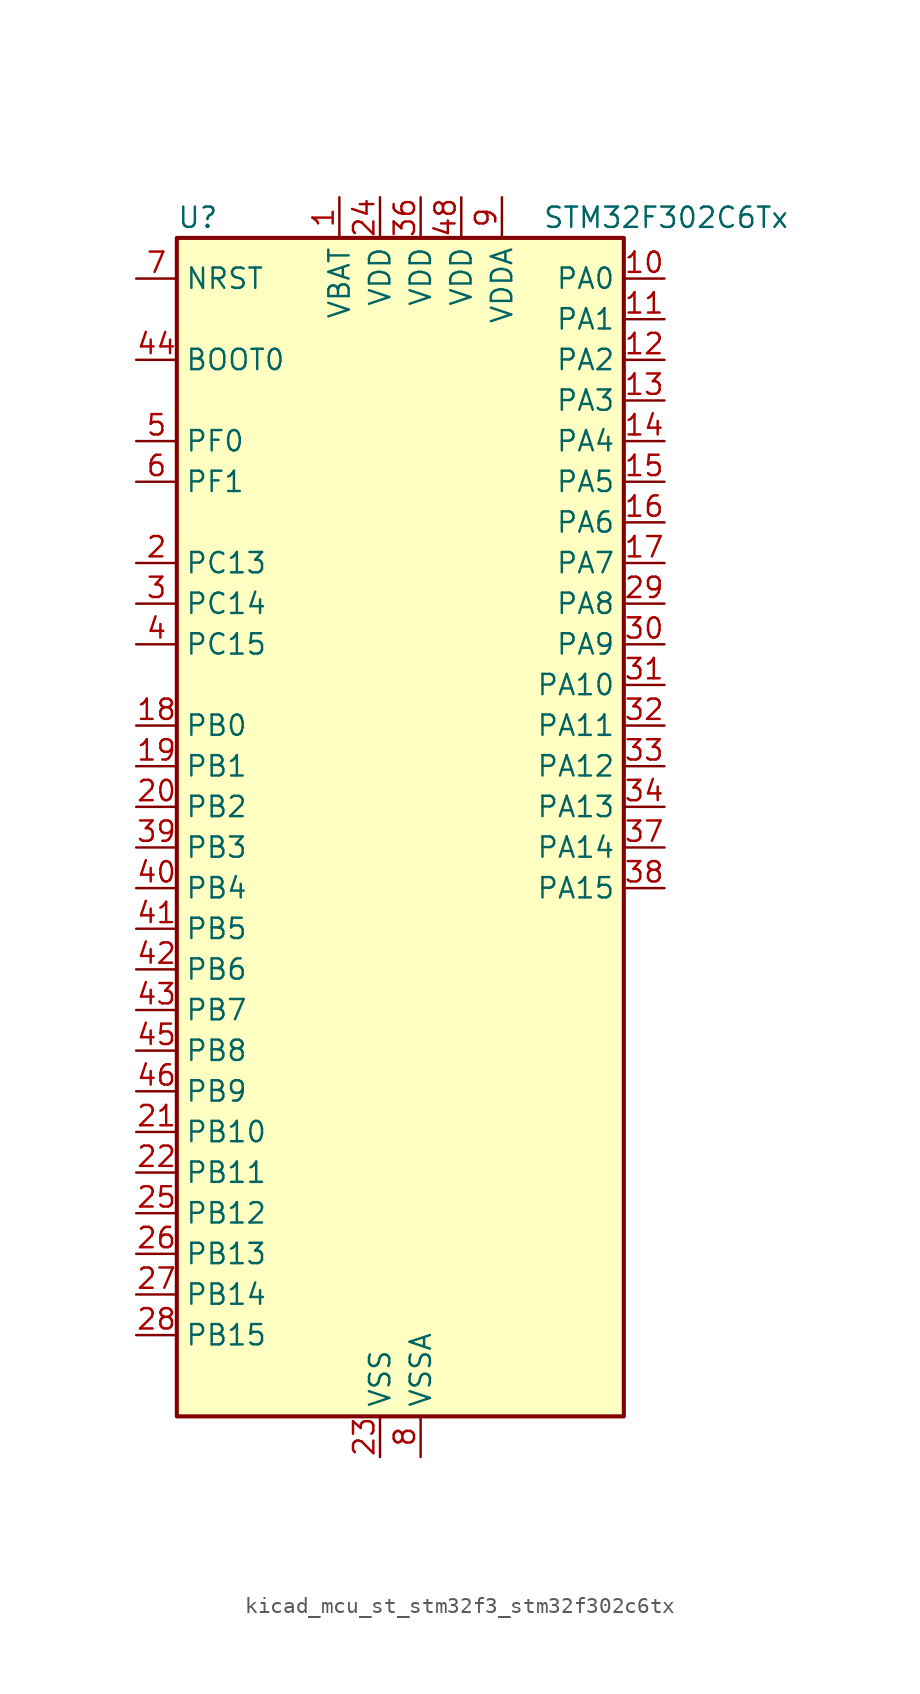
<source format=kicad_sym>
(kicad_symbol_lib
  (version 20220914)
  (generator kicad_symbol_editor)
  (symbol "kicad_mcu_st_stm32f3_stm32f302c6tx"
    (property "Reference" "U"
      (at -12.7 39.37 0)
      (effects (font (size 1.27 1.27)) (justify left)))
    (property "Value" "STM32F302C6Tx"
      (at 10.16 39.37 0)
      (effects (font (size 1.27 1.27)) (justify left)))
    (property "ki_locked" ""
      (at 0 0 0)
      (effects (font (size 1.27 1.27))))
    (symbol "kicad_mcu_st_stm32f3_stm32f302c6tx_0_1"
      (rectangle (start -12.7 -35.56) (end 15.24 38.1) (stroke (width 0.254) (type default)) (fill (type background))))
    (symbol "kicad_mcu_st_stm32f3_stm32f302c6tx_1_1"
      (pin power_in line (at -2.54 40.64 270) (length 2.54) (name "VBAT" (effects (font (size 1.27 1.27)))) (number "1" (effects (font (size 1.27 1.27)))))
      (pin bidirectional line (at 17.78 35.56 180) (length 2.54) (name "PA0" (effects (font (size 1.27 1.27)))) (number "10" (effects (font (size 1.27 1.27)))) (alternate "ADC1_IN1" bidirectional line) (alternate "RTC_TAMP2" bidirectional line) (alternate "SYS_WKUP1" bidirectional line) (alternate "TIM2_CH1" bidirectional line) (alternate "TIM2_ETR" bidirectional line) (alternate "TSC_G1_IO1" bidirectional line) (alternate "USART2_CTS" bidirectional line))
      (pin bidirectional line (at 17.78 33.02 180) (length 2.54) (name "PA1" (effects (font (size 1.27 1.27)))) (number "11" (effects (font (size 1.27 1.27)))) (alternate "ADC1_IN2" bidirectional line) (alternate "RTC_REFIN" bidirectional line) (alternate "TIM15_CH1N" bidirectional line) (alternate "TIM2_CH2" bidirectional line) (alternate "TSC_G1_IO2" bidirectional line) (alternate "USART2_DE" bidirectional line) (alternate "USART2_RTS" bidirectional line))
      (pin bidirectional line (at 17.78 30.48 180) (length 2.54) (name "PA2" (effects (font (size 1.27 1.27)))) (number "12" (effects (font (size 1.27 1.27)))) (alternate "ADC1_IN3" bidirectional line) (alternate "COMP2_INM" bidirectional line) (alternate "COMP2_OUT" bidirectional line) (alternate "TIM15_CH1" bidirectional line) (alternate "TIM2_CH3" bidirectional line) (alternate "TSC_G1_IO3" bidirectional line) (alternate "USART2_TX" bidirectional line))
      (pin bidirectional line (at 17.78 27.94 180) (length 2.54) (name "PA3" (effects (font (size 1.27 1.27)))) (number "13" (effects (font (size 1.27 1.27)))) (alternate "ADC1_IN4" bidirectional line) (alternate "TIM15_CH2" bidirectional line) (alternate "TIM2_CH4" bidirectional line) (alternate "TSC_G1_IO4" bidirectional line) (alternate "USART2_RX" bidirectional line))
      (pin bidirectional line (at 17.78 25.4 180) (length 2.54) (name "PA4" (effects (font (size 1.27 1.27)))) (number "14" (effects (font (size 1.27 1.27)))) (alternate "ADC1_IN5" bidirectional line) (alternate "COMP2_INM" bidirectional line) (alternate "COMP4_INM" bidirectional line) (alternate "COMP6_INM" bidirectional line) (alternate "DAC_OUT1" bidirectional line) (alternate "I2S3_WS" bidirectional line) (alternate "SPI3_NSS" bidirectional line) (alternate "TSC_G2_IO1" bidirectional line) (alternate "USART2_CK" bidirectional line))
      (pin bidirectional line (at 17.78 22.86 180) (length 2.54) (name "PA5" (effects (font (size 1.27 1.27)))) (number "15" (effects (font (size 1.27 1.27)))) (alternate "OPAMP2_VINM" bidirectional line) (alternate "OPAMP2_VINM_SEC" bidirectional line) (alternate "TIM2_CH1" bidirectional line) (alternate "TIM2_ETR" bidirectional line) (alternate "TSC_G2_IO2" bidirectional line))
      (pin bidirectional line (at 17.78 20.32 180) (length 2.54) (name "PA6" (effects (font (size 1.27 1.27)))) (number "16" (effects (font (size 1.27 1.27)))) (alternate "ADC1_IN10" bidirectional line) (alternate "OPAMP2_VOUT" bidirectional line) (alternate "TIM16_CH1" bidirectional line) (alternate "TIM1_BKIN" bidirectional line) (alternate "TSC_G2_IO3" bidirectional line))
      (pin bidirectional line (at 17.78 17.78 180) (length 2.54) (name "PA7" (effects (font (size 1.27 1.27)))) (number "17" (effects (font (size 1.27 1.27)))) (alternate "ADC1_IN15" bidirectional line) (alternate "COMP2_INP" bidirectional line) (alternate "OPAMP2_VINP" bidirectional line) (alternate "OPAMP2_VINP_SEC" bidirectional line) (alternate "TIM17_CH1" bidirectional line) (alternate "TIM1_CH1N" bidirectional line) (alternate "TSC_G2_IO4" bidirectional line))
      (pin bidirectional line (at -15.24 7.62 0) (length 2.54) (name "PB0" (effects (font (size 1.27 1.27)))) (number "18" (effects (font (size 1.27 1.27)))) (alternate "ADC1_IN11" bidirectional line) (alternate "COMP4_INP" bidirectional line) (alternate "OPAMP2_VINP" bidirectional line) (alternate "OPAMP2_VINP_SEC" bidirectional line) (alternate "TIM1_CH2N" bidirectional line) (alternate "TSC_G3_IO2" bidirectional line))
      (pin bidirectional line (at -15.24 5.08 0) (length 2.54) (name "PB1" (effects (font (size 1.27 1.27)))) (number "19" (effects (font (size 1.27 1.27)))) (alternate "ADC1_IN12" bidirectional line) (alternate "COMP4_OUT" bidirectional line) (alternate "TIM1_CH3N" bidirectional line) (alternate "TSC_G3_IO3" bidirectional line))
      (pin bidirectional line (at -15.24 17.78 0) (length 2.54) (name "PC13" (effects (font (size 1.27 1.27)))) (number "2" (effects (font (size 1.27 1.27)))) (alternate "RTC_OUT_ALARM" bidirectional line) (alternate "RTC_OUT_CALIB" bidirectional line) (alternate "RTC_TAMP1" bidirectional line) (alternate "RTC_TS" bidirectional line) (alternate "SYS_WKUP2" bidirectional line) (alternate "TIM1_CH1N" bidirectional line))
      (pin bidirectional line (at -15.24 2.54 0) (length 2.54) (name "PB2" (effects (font (size 1.27 1.27)))) (number "20" (effects (font (size 1.27 1.27)))) (alternate "COMP4_INM" bidirectional line) (alternate "TSC_G3_IO4" bidirectional line))
      (pin bidirectional line (at -15.24 -17.78 0) (length 2.54) (name "PB10" (effects (font (size 1.27 1.27)))) (number "21" (effects (font (size 1.27 1.27)))) (alternate "TIM2_CH3" bidirectional line) (alternate "TSC_SYNC" bidirectional line) (alternate "USART3_TX" bidirectional line))
      (pin bidirectional line (at -15.24 -20.32 0) (length 2.54) (name "PB11" (effects (font (size 1.27 1.27)))) (number "22" (effects (font (size 1.27 1.27)))) (alternate "ADC1_EXTI11" bidirectional line) (alternate "ADC1_IN14" bidirectional line) (alternate "COMP6_INP" bidirectional line) (alternate "TIM2_CH4" bidirectional line) (alternate "TSC_G6_IO1" bidirectional line) (alternate "USART3_RX" bidirectional line))
      (pin power_in line (at 0 -38.1 90) (length 2.54) (name "VSS" (effects (font (size 1.27 1.27)))) (number "23" (effects (font (size 1.27 1.27)))))
      (pin power_in line (at 0 40.64 270) (length 2.54) (name "VDD" (effects (font (size 1.27 1.27)))) (number "24" (effects (font (size 1.27 1.27)))))
      (pin bidirectional line (at -15.24 -22.86 0) (length 2.54) (name "PB12" (effects (font (size 1.27 1.27)))) (number "25" (effects (font (size 1.27 1.27)))) (alternate "I2C2_SMBA" bidirectional line) (alternate "I2S2_WS" bidirectional line) (alternate "SPI2_NSS" bidirectional line) (alternate "TIM1_BKIN" bidirectional line) (alternate "TSC_G6_IO2" bidirectional line) (alternate "USART3_CK" bidirectional line))
      (pin bidirectional line (at -15.24 -25.4 0) (length 2.54) (name "PB13" (effects (font (size 1.27 1.27)))) (number "26" (effects (font (size 1.27 1.27)))) (alternate "ADC1_IN13" bidirectional line) (alternate "I2S2_CK" bidirectional line) (alternate "SPI2_SCK" bidirectional line) (alternate "TIM1_CH1N" bidirectional line) (alternate "TSC_G6_IO3" bidirectional line) (alternate "USART3_CTS" bidirectional line))
      (pin bidirectional line (at -15.24 -27.94 0) (length 2.54) (name "PB14" (effects (font (size 1.27 1.27)))) (number "27" (effects (font (size 1.27 1.27)))) (alternate "I2S2_ext_SD" bidirectional line) (alternate "OPAMP2_VINP" bidirectional line) (alternate "OPAMP2_VINP_SEC" bidirectional line) (alternate "SPI2_MISO" bidirectional line) (alternate "TIM15_CH1" bidirectional line) (alternate "TIM1_CH2N" bidirectional line) (alternate "TSC_G6_IO4" bidirectional line) (alternate "USART3_DE" bidirectional line) (alternate "USART3_RTS" bidirectional line))
      (pin bidirectional line (at -15.24 -30.48 0) (length 2.54) (name "PB15" (effects (font (size 1.27 1.27)))) (number "28" (effects (font (size 1.27 1.27)))) (alternate "ADC1_EXTI15" bidirectional line) (alternate "COMP6_INM" bidirectional line) (alternate "I2S2_SD" bidirectional line) (alternate "RTC_REFIN" bidirectional line) (alternate "SPI2_MOSI" bidirectional line) (alternate "TIM15_CH1N" bidirectional line) (alternate "TIM15_CH2" bidirectional line) (alternate "TIM1_CH3N" bidirectional line))
      (pin bidirectional line (at 17.78 15.24 180) (length 2.54) (name "PA8" (effects (font (size 1.27 1.27)))) (number "29" (effects (font (size 1.27 1.27)))) (alternate "I2C2_SMBA" bidirectional line) (alternate "I2C3_SCL" bidirectional line) (alternate "I2S2_MCK" bidirectional line) (alternate "RCC_MCO" bidirectional line) (alternate "TIM1_CH1" bidirectional line) (alternate "USART1_CK" bidirectional line))
      (pin bidirectional line (at -15.24 15.24 0) (length 2.54) (name "PC14" (effects (font (size 1.27 1.27)))) (number "3" (effects (font (size 1.27 1.27)))) (alternate "RCC_OSC32_IN" bidirectional line))
      (pin bidirectional line (at 17.78 12.7 180) (length 2.54) (name "PA9" (effects (font (size 1.27 1.27)))) (number "30" (effects (font (size 1.27 1.27)))) (alternate "DAC_EXTI9" bidirectional line) (alternate "I2C2_SCL" bidirectional line) (alternate "I2C3_SMBA" bidirectional line) (alternate "I2S3_MCK" bidirectional line) (alternate "TIM15_BKIN" bidirectional line) (alternate "TIM1_CH2" bidirectional line) (alternate "TIM2_CH3" bidirectional line) (alternate "TSC_G4_IO1" bidirectional line) (alternate "USART1_TX" bidirectional line))
      (pin bidirectional line (at 17.78 10.16 180) (length 2.54) (name "PA10" (effects (font (size 1.27 1.27)))) (number "31" (effects (font (size 1.27 1.27)))) (alternate "COMP6_OUT" bidirectional line) (alternate "I2C2_SDA" bidirectional line) (alternate "I2S2_ext_SD" bidirectional line) (alternate "SPI2_MISO" bidirectional line) (alternate "TIM17_BKIN" bidirectional line) (alternate "TIM1_CH3" bidirectional line) (alternate "TIM2_CH4" bidirectional line) (alternate "TSC_G4_IO2" bidirectional line) (alternate "USART1_RX" bidirectional line))
      (pin bidirectional line (at 17.78 7.62 180) (length 2.54) (name "PA11" (effects (font (size 1.27 1.27)))) (number "32" (effects (font (size 1.27 1.27)))) (alternate "ADC1_EXTI11" bidirectional line) (alternate "CAN_RX" bidirectional line) (alternate "I2S2_SD" bidirectional line) (alternate "SPI2_MOSI" bidirectional line) (alternate "TIM1_BKIN2" bidirectional line) (alternate "TIM1_CH1N" bidirectional line) (alternate "TIM1_CH4" bidirectional line) (alternate "USART1_CTS" bidirectional line) (alternate "USB_DM" bidirectional line))
      (pin bidirectional line (at 17.78 5.08 180) (length 2.54) (name "PA12" (effects (font (size 1.27 1.27)))) (number "33" (effects (font (size 1.27 1.27)))) (alternate "CAN_TX" bidirectional line) (alternate "COMP2_OUT" bidirectional line) (alternate "I2S_CKIN" bidirectional line) (alternate "TIM16_CH1" bidirectional line) (alternate "TIM1_CH2N" bidirectional line) (alternate "TIM1_ETR" bidirectional line) (alternate "USART1_DE" bidirectional line) (alternate "USART1_RTS" bidirectional line) (alternate "USB_DP" bidirectional line))
      (pin bidirectional line (at 17.78 2.54 180) (length 2.54) (name "PA13" (effects (font (size 1.27 1.27)))) (number "34" (effects (font (size 1.27 1.27)))) (alternate "IR_OUT" bidirectional line) (alternate "SYS_JTMS-SWDIO" bidirectional line) (alternate "TIM16_CH1N" bidirectional line) (alternate "TSC_G4_IO3" bidirectional line) (alternate "USART3_CTS" bidirectional line))
      (pin passive line (at 0 -38.1 90) (length 2.54) hide (name "VSS" (effects (font (size 1.27 1.27)))) (number "35" (effects (font (size 1.27 1.27)))))
      (pin power_in line (at 2.54 40.64 270) (length 2.54) (name "VDD" (effects (font (size 1.27 1.27)))) (number "36" (effects (font (size 1.27 1.27)))))
      (pin bidirectional line (at 17.78 0 180) (length 2.54) (name "PA14" (effects (font (size 1.27 1.27)))) (number "37" (effects (font (size 1.27 1.27)))) (alternate "I2C1_SDA" bidirectional line) (alternate "SYS_JTCK-SWCLK" bidirectional line) (alternate "TIM1_BKIN" bidirectional line) (alternate "TSC_G4_IO4" bidirectional line) (alternate "USART2_TX" bidirectional line))
      (pin bidirectional line (at 17.78 -2.54 180) (length 2.54) (name "PA15" (effects (font (size 1.27 1.27)))) (number "38" (effects (font (size 1.27 1.27)))) (alternate "ADC1_EXTI15" bidirectional line) (alternate "I2C1_SCL" bidirectional line) (alternate "I2S3_WS" bidirectional line) (alternate "SPI3_NSS" bidirectional line) (alternate "SYS_JTDI" bidirectional line) (alternate "TIM1_BKIN" bidirectional line) (alternate "TIM2_CH1" bidirectional line) (alternate "TIM2_ETR" bidirectional line) (alternate "TSC_SYNC" bidirectional line) (alternate "USART2_RX" bidirectional line))
      (pin bidirectional line (at -15.24 0 0) (length 2.54) (name "PB3" (effects (font (size 1.27 1.27)))) (number "39" (effects (font (size 1.27 1.27)))) (alternate "I2S3_CK" bidirectional line) (alternate "SPI3_SCK" bidirectional line) (alternate "SYS_JTDO-TRACESWO" bidirectional line) (alternate "TIM2_CH2" bidirectional line) (alternate "TSC_G5_IO1" bidirectional line) (alternate "USART2_TX" bidirectional line))
      (pin bidirectional line (at -15.24 12.7 0) (length 2.54) (name "PC15" (effects (font (size 1.27 1.27)))) (number "4" (effects (font (size 1.27 1.27)))) (alternate "ADC1_EXTI15" bidirectional line) (alternate "RCC_OSC32_OUT" bidirectional line))
      (pin bidirectional line (at -15.24 -2.54 0) (length 2.54) (name "PB4" (effects (font (size 1.27 1.27)))) (number "40" (effects (font (size 1.27 1.27)))) (alternate "I2S3_ext_SD" bidirectional line) (alternate "SPI3_MISO" bidirectional line) (alternate "SYS_NJTRST" bidirectional line) (alternate "TIM16_CH1" bidirectional line) (alternate "TIM17_BKIN" bidirectional line) (alternate "TSC_G5_IO2" bidirectional line) (alternate "USART2_RX" bidirectional line))
      (pin bidirectional line (at -15.24 -5.08 0) (length 2.54) (name "PB5" (effects (font (size 1.27 1.27)))) (number "41" (effects (font (size 1.27 1.27)))) (alternate "I2C1_SMBA" bidirectional line) (alternate "I2C3_SDA" bidirectional line) (alternate "I2S3_SD" bidirectional line) (alternate "SPI3_MOSI" bidirectional line) (alternate "TIM16_BKIN" bidirectional line) (alternate "TIM17_CH1" bidirectional line) (alternate "USART2_CK" bidirectional line))
      (pin bidirectional line (at -15.24 -7.62 0) (length 2.54) (name "PB6" (effects (font (size 1.27 1.27)))) (number "42" (effects (font (size 1.27 1.27)))) (alternate "I2C1_SCL" bidirectional line) (alternate "TIM16_CH1N" bidirectional line) (alternate "TSC_G5_IO3" bidirectional line) (alternate "USART1_TX" bidirectional line))
      (pin bidirectional line (at -15.24 -10.16 0) (length 2.54) (name "PB7" (effects (font (size 1.27 1.27)))) (number "43" (effects (font (size 1.27 1.27)))) (alternate "I2C1_SDA" bidirectional line) (alternate "TIM17_CH1N" bidirectional line) (alternate "TSC_G5_IO4" bidirectional line) (alternate "USART1_RX" bidirectional line))
      (pin input line (at -15.24 30.48 0) (length 2.54) (name "BOOT0" (effects (font (size 1.27 1.27)))) (number "44" (effects (font (size 1.27 1.27)))))
      (pin bidirectional line (at -15.24 -12.7 0) (length 2.54) (name "PB8" (effects (font (size 1.27 1.27)))) (number "45" (effects (font (size 1.27 1.27)))) (alternate "CAN_RX" bidirectional line) (alternate "I2C1_SCL" bidirectional line) (alternate "TIM16_CH1" bidirectional line) (alternate "TIM1_BKIN" bidirectional line) (alternate "TSC_SYNC" bidirectional line) (alternate "USART3_RX" bidirectional line))
      (pin bidirectional line (at -15.24 -15.24 0) (length 2.54) (name "PB9" (effects (font (size 1.27 1.27)))) (number "46" (effects (font (size 1.27 1.27)))) (alternate "CAN_TX" bidirectional line) (alternate "COMP2_OUT" bidirectional line) (alternate "DAC_EXTI9" bidirectional line) (alternate "I2C1_SDA" bidirectional line) (alternate "IR_OUT" bidirectional line) (alternate "TIM17_CH1" bidirectional line) (alternate "USART3_TX" bidirectional line))
      (pin passive line (at 0 -38.1 90) (length 2.54) hide (name "VSS" (effects (font (size 1.27 1.27)))) (number "47" (effects (font (size 1.27 1.27)))))
      (pin power_in line (at 5.08 40.64 270) (length 2.54) (name "VDD" (effects (font (size 1.27 1.27)))) (number "48" (effects (font (size 1.27 1.27)))))
      (pin bidirectional line (at -15.24 25.4 0) (length 2.54) (name "PF0" (effects (font (size 1.27 1.27)))) (number "5" (effects (font (size 1.27 1.27)))) (alternate "I2C2_SDA" bidirectional line) (alternate "I2S2_WS" bidirectional line) (alternate "RCC_OSC_IN" bidirectional line) (alternate "SPI2_NSS" bidirectional line) (alternate "TIM1_CH3N" bidirectional line))
      (pin bidirectional line (at -15.24 22.86 0) (length 2.54) (name "PF1" (effects (font (size 1.27 1.27)))) (number "6" (effects (font (size 1.27 1.27)))) (alternate "I2C2_SCL" bidirectional line) (alternate "I2S2_CK" bidirectional line) (alternate "RCC_OSC_OUT" bidirectional line) (alternate "SPI2_SCK" bidirectional line))
      (pin input line (at -15.24 35.56 0) (length 2.54) (name "NRST" (effects (font (size 1.27 1.27)))) (number "7" (effects (font (size 1.27 1.27)))))
      (pin power_in line (at 2.54 -38.1 90) (length 2.54) (name "VSSA" (effects (font (size 1.27 1.27)))) (number "8" (effects (font (size 1.27 1.27)))))
      (pin power_in line (at 7.62 40.64 270) (length 2.54) (name "VDDA" (effects (font (size 1.27 1.27)))) (number "9" (effects (font (size 1.27 1.27))))))))
</source>
